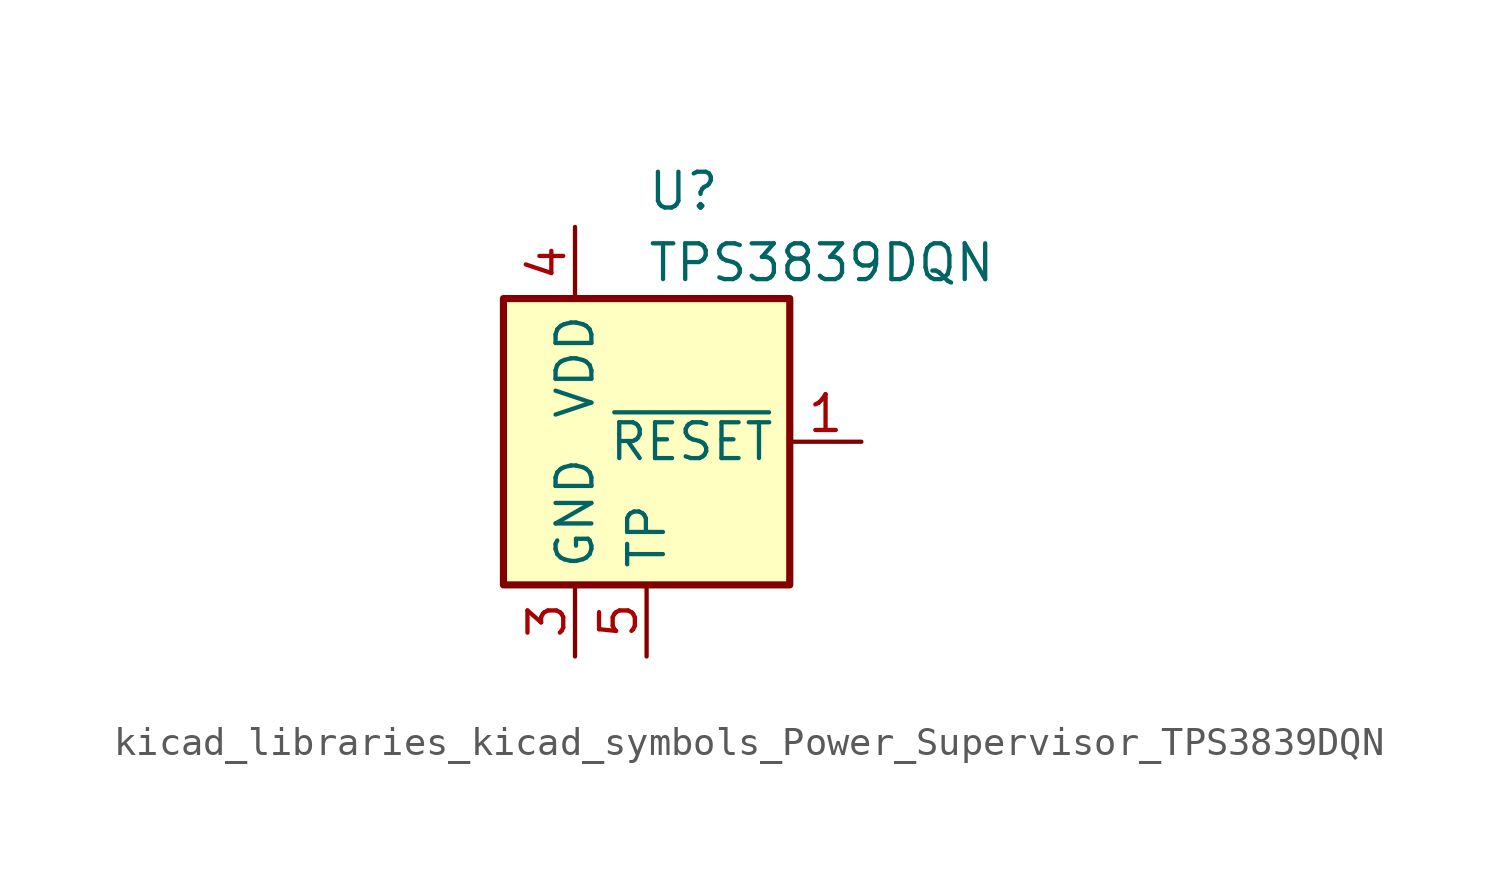
<source format=kicad_sym>
(kicad_symbol_lib
  (version 20220914)
  (generator kicad_symbol_editor)
  (symbol "kicad_libraries_kicad_symbols_Power_Supervisor_TPS3839DQN"
    (property "Reference" "U"
      (at 2.54 8.89 0)
      (effects (font (size 1.27 1.27)) (justify left)))
    (property "Value" "TPS3839DQN"
      (at 2.54 6.35 0)
      (effects (font (size 1.27 1.27)) (justify left)))
    (symbol "kicad_libraries_kicad_symbols_Power_Supervisor_TPS3839DQN_0_1"
      (rectangle (start -2.54 5.08) (end 7.62 -5.08) (stroke (width 0.254) (type default)) (fill (type background))))
    (symbol "kicad_libraries_kicad_symbols_Power_Supervisor_TPS3839DQN_1_1"
      (pin output line (at 10.16 0 180) (length 2.54) (name "~{RESET}" (effects (font (size 1.27 1.27)))) (number "1" (effects (font (size 1.27 1.27)))))
      (pin no_connect line (at -2.54 0 0) (length 2.54) hide (name "NC" (effects (font (size 1.27 1.27)))) (number "2" (effects (font (size 1.27 1.27)))))
      (pin power_in line (at 0 -7.62 90) (length 2.54) (name "GND" (effects (font (size 1.27 1.27)))) (number "3" (effects (font (size 1.27 1.27)))))
      (pin power_in line (at 0 7.62 270) (length 2.54) (name "VDD" (effects (font (size 1.27 1.27)))) (number "4" (effects (font (size 1.27 1.27)))))
      (pin power_in line (at 2.54 -7.62 90) (length 2.54) (name "TP" (effects (font (size 1.27 1.27)))) (number "5" (effects (font (size 1.27 1.27))))))))
</source>
